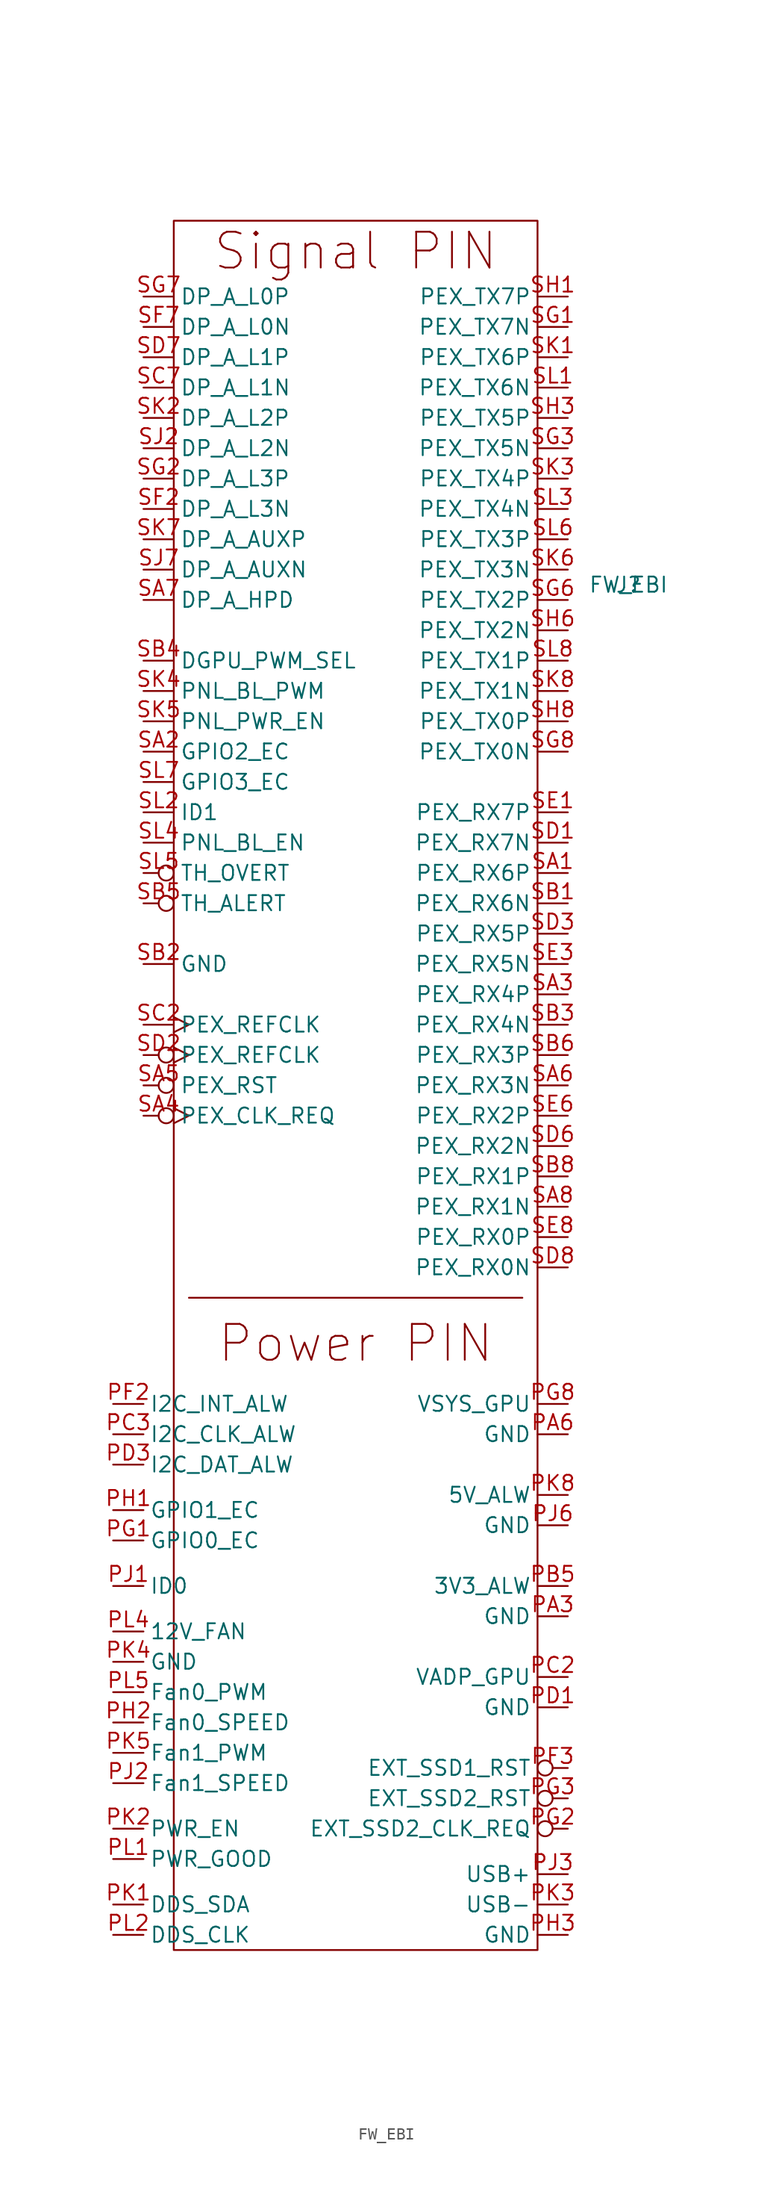
<source format=kicad_sym>
(kicad_symbol_lib
  (version 20220914)
  (generator kicad_symbol_editor)
  (symbol "FW_EBI"
    (property "Reference" "J"
      (at 22.86 59.69 0)
      (effects (font (size 1.27 1.27))))
    (property "Value" "FW_EBI"
      (at 22.86 59.69 0)
      (effects (font (size 1.27 1.27))))
    (symbol "FW_EBI_0_0"
      (pin power_out line (at 17.78 -26.67 180) (length 2.54) (name "GND" (effects (font (size 1.27 1.27)))) (number "PA3" (effects (font (size 1.27 1.27)))))
      (pin power_out line (at 17.78 -11.43 180) (length 2.54) (name "GND" (effects (font (size 1.27 1.27)))) (number "PA6" (effects (font (size 1.27 1.27)))))
      (pin power_out line (at 17.78 -24.13 180) (length 2.54) (name "3V3_ALW" (effects (font (size 1.27 1.27)))) (number "PB5" (effects (font (size 1.27 1.27)))))
      (pin power_in line (at 17.78 -31.75 180) (length 2.54) (name "VADP_GPU" (effects (font (size 1.27 1.27)))) (number "PC2" (effects (font (size 1.27 1.27)))))
      (pin power_in line (at 17.78 -34.29 180) (length 2.54) (name "GND" (effects (font (size 1.27 1.27)))) (number "PD1" (effects (font (size 1.27 1.27)))))
      (pin unspecified line (at -20.32 -20.32 0) (length 2.54) (name "GPIO0_EC" (effects (font (size 1.27 1.27)))) (number "PG1" (effects (font (size 1.27 1.27)))))
      (pin power_out line (at 17.78 -8.89 180) (length 2.54) (name "VSYS_GPU" (effects (font (size 1.27 1.27)))) (number "PG8" (effects (font (size 1.27 1.27)))))
      (pin unspecified line (at -20.32 -17.78 0) (length 2.54) (name "GPIO1_EC" (effects (font (size 1.27 1.27)))) (number "PH1" (effects (font (size 1.27 1.27)))))
      (pin output line (at -20.32 -35.56 0) (length 2.54) (name "Fan0_SPEED" (effects (font (size 1.27 1.27)))) (number "PH2" (effects (font (size 1.27 1.27)))))
      (pin power_out line (at 17.78 -53.34 180) (length 2.54) (name "GND" (effects (font (size 1.27 1.27)))) (number "PH3" (effects (font (size 1.27 1.27)))))
      (pin output line (at -20.32 -24.13 0) (length 2.54) (name "ID0" (effects (font (size 1.27 1.27)))) (number "PJ1" (effects (font (size 1.27 1.27)))))
      (pin output line (at -20.32 -40.64 0) (length 2.54) (name "Fan1_SPEED" (effects (font (size 1.27 1.27)))) (number "PJ2" (effects (font (size 1.27 1.27)))))
      (pin bidirectional line (at 17.78 -48.26 180) (length 2.54) (name "USB+" (effects (font (size 1.27 1.27)))) (number "PJ3" (effects (font (size 1.27 1.27)))))
      (pin power_out line (at 17.78 -19.05 180) (length 2.54) (name "GND" (effects (font (size 1.27 1.27)))) (number "PJ6" (effects (font (size 1.27 1.27)))))
      (pin input line (at -20.32 -50.8 0) (length 2.54) (name "DDS_SDA" (effects (font (size 1.27 1.27)))) (number "PK1" (effects (font (size 1.27 1.27)))))
      (pin bidirectional line (at 17.78 -50.8 180) (length 2.54) (name "USB-" (effects (font (size 1.27 1.27)))) (number "PK3" (effects (font (size 1.27 1.27)))))
      (pin power_out line (at -20.32 -30.48 0) (length 2.54) (name "GND" (effects (font (size 1.27 1.27)))) (number "PK4" (effects (font (size 1.27 1.27)))))
      (pin input line (at -20.32 -38.1 0) (length 2.54) (name "Fan1_PWM" (effects (font (size 1.27 1.27)))) (number "PK5" (effects (font (size 1.27 1.27)))))
      (pin power_out line (at 17.78 -16.51 180) (length 2.54) (name "5V_ALW" (effects (font (size 1.27 1.27)))) (number "PK8" (effects (font (size 1.27 1.27)))))
      (pin bidirectional line (at -20.32 -53.34 0) (length 2.54) (name "DDS_CLK" (effects (font (size 1.27 1.27)))) (number "PL2" (effects (font (size 1.27 1.27)))))
      (pin power_out line (at -20.32 -27.94 0) (length 2.54) (name "12V_FAN" (effects (font (size 1.27 1.27)))) (number "PL4" (effects (font (size 1.27 1.27)))))
      (pin input line (at -20.32 -33.02 0) (length 2.54) (name "Fan0_PWM" (effects (font (size 1.27 1.27)))) (number "PL5" (effects (font (size 1.27 1.27)))))
      (pin output line (at 17.78 35.56 180) (length 2.54) (name "PEX_RX6P" (effects (font (size 1.27 1.27)))) (number "SA1" (effects (font (size 1.27 1.27)))))
      (pin unspecified line (at -17.78 45.72 0) (length 2.54) (name "GPIO2_EC" (effects (font (size 1.27 1.27)))) (number "SA2" (effects (font (size 1.27 1.27)))))
      (pin output line (at 17.78 25.4 180) (length 2.54) (name "PEX_RX4P" (effects (font (size 1.27 1.27)))) (number "SA3" (effects (font (size 1.27 1.27)))))
      (pin output line (at 17.78 17.78 180) (length 2.54) (name "PEX_RX3N" (effects (font (size 1.27 1.27)))) (number "SA6" (effects (font (size 1.27 1.27)))))
      (pin unspecified line (at -17.78 58.42 0) (length 2.54) (name "DP_A_HPD" (effects (font (size 1.27 1.27)))) (number "SA7" (effects (font (size 1.27 1.27)))))
      (pin output line (at 17.78 7.62 180) (length 2.54) (name "PEX_RX1N" (effects (font (size 1.27 1.27)))) (number "SA8" (effects (font (size 1.27 1.27)))))
      (pin output line (at 17.78 33.02 180) (length 2.54) (name "PEX_RX6N" (effects (font (size 1.27 1.27)))) (number "SB1" (effects (font (size 1.27 1.27)))))
      (pin bidirectional line (at -17.78 27.94 0) (length 2.54) (name "GND" (effects (font (size 1.27 1.27)))) (number "SB2" (effects (font (size 1.27 1.27)))))
      (pin output line (at 17.78 22.86 180) (length 2.54) (name "PEX_RX4N" (effects (font (size 1.27 1.27)))) (number "SB3" (effects (font (size 1.27 1.27)))))
      (pin unspecified line (at -17.78 53.34 0) (length 2.54) (name "DGPU_PWM_SEL" (effects (font (size 1.27 1.27)))) (number "SB4" (effects (font (size 1.27 1.27)))))
      (pin output line (at 17.78 20.32 180) (length 2.54) (name "PEX_RX3P" (effects (font (size 1.27 1.27)))) (number "SB6" (effects (font (size 1.27 1.27)))))
      (pin output line (at 17.78 10.16 180) (length 2.54) (name "PEX_RX1P" (effects (font (size 1.27 1.27)))) (number "SB8" (effects (font (size 1.27 1.27)))))
      (pin output clock (at -17.78 22.86 0) (length 2.54) (name "PEX_REFCLK" (effects (font (size 1.27 1.27)))) (number "SC2" (effects (font (size 1.27 1.27)))))
      (pin unspecified line (at -17.78 76.2 0) (length 2.54) (name "DP_A_L1N" (effects (font (size 1.27 1.27)))) (number "SC7" (effects (font (size 1.27 1.27)))))
      (pin output line (at 17.78 38.1 180) (length 2.54) (name "PEX_RX7N" (effects (font (size 1.27 1.27)))) (number "SD1" (effects (font (size 1.27 1.27)))))
      (pin output line (at 17.78 30.48 180) (length 2.54) (name "PEX_RX5P" (effects (font (size 1.27 1.27)))) (number "SD3" (effects (font (size 1.27 1.27)))))
      (pin output line (at 17.78 12.7 180) (length 2.54) (name "PEX_RX2N" (effects (font (size 1.27 1.27)))) (number "SD6" (effects (font (size 1.27 1.27)))))
      (pin unspecified line (at -17.78 78.74 0) (length 2.54) (name "DP_A_L1P" (effects (font (size 1.27 1.27)))) (number "SD7" (effects (font (size 1.27 1.27)))))
      (pin output line (at 17.78 2.54 180) (length 2.54) (name "PEX_RX0N" (effects (font (size 1.27 1.27)))) (number "SD8" (effects (font (size 1.27 1.27)))))
      (pin output line (at 17.78 40.64 180) (length 2.54) (name "PEX_RX7P" (effects (font (size 1.27 1.27)))) (number "SE1" (effects (font (size 1.27 1.27)))))
      (pin output line (at 17.78 27.94 180) (length 2.54) (name "PEX_RX5N" (effects (font (size 1.27 1.27)))) (number "SE3" (effects (font (size 1.27 1.27)))))
      (pin output line (at 17.78 15.24 180) (length 2.54) (name "PEX_RX2P" (effects (font (size 1.27 1.27)))) (number "SE6" (effects (font (size 1.27 1.27)))))
      (pin output line (at 17.78 5.08 180) (length 2.54) (name "PEX_RX0P" (effects (font (size 1.27 1.27)))) (number "SE8" (effects (font (size 1.27 1.27)))))
      (pin unspecified line (at -17.78 66.04 0) (length 2.54) (name "DP_A_L3N" (effects (font (size 1.27 1.27)))) (number "SF2" (effects (font (size 1.27 1.27)))))
      (pin unspecified line (at -17.78 81.28 0) (length 2.54) (name "DP_A_L0N" (effects (font (size 1.27 1.27)))) (number "SF7" (effects (font (size 1.27 1.27)))))
      (pin input line (at 17.78 81.28 180) (length 2.54) (name "PEX_TX7N" (effects (font (size 1.27 1.27)))) (number "SG1" (effects (font (size 1.27 1.27)))))
      (pin unspecified line (at -17.78 68.58 0) (length 2.54) (name "DP_A_L3P" (effects (font (size 1.27 1.27)))) (number "SG2" (effects (font (size 1.27 1.27)))))
      (pin input line (at 17.78 71.12 180) (length 2.54) (name "PEX_TX5N" (effects (font (size 1.27 1.27)))) (number "SG3" (effects (font (size 1.27 1.27)))))
      (pin input line (at 17.78 58.42 180) (length 2.54) (name "PEX_TX2P" (effects (font (size 1.27 1.27)))) (number "SG6" (effects (font (size 1.27 1.27)))))
      (pin unspecified line (at -17.78 83.82 0) (length 2.54) (name "DP_A_L0P" (effects (font (size 1.27 1.27)))) (number "SG7" (effects (font (size 1.27 1.27)))))
      (pin input line (at 17.78 45.72 180) (length 2.54) (name "PEX_TX0N" (effects (font (size 1.27 1.27)))) (number "SG8" (effects (font (size 1.27 1.27)))))
      (pin input line (at 17.78 83.82 180) (length 2.54) (name "PEX_TX7P" (effects (font (size 1.27 1.27)))) (number "SH1" (effects (font (size 1.27 1.27)))))
      (pin input line (at 17.78 73.66 180) (length 2.54) (name "PEX_TX5P" (effects (font (size 1.27 1.27)))) (number "SH3" (effects (font (size 1.27 1.27)))))
      (pin input line (at 17.78 55.88 180) (length 2.54) (name "PEX_TX2N" (effects (font (size 1.27 1.27)))) (number "SH6" (effects (font (size 1.27 1.27)))))
      (pin input line (at 17.78 48.26 180) (length 2.54) (name "PEX_TX0P" (effects (font (size 1.27 1.27)))) (number "SH8" (effects (font (size 1.27 1.27)))))
      (pin unspecified line (at -17.78 71.12 0) (length 2.54) (name "DP_A_L2N" (effects (font (size 1.27 1.27)))) (number "SJ2" (effects (font (size 1.27 1.27)))))
      (pin unspecified line (at -17.78 60.96 0) (length 2.54) (name "DP_A_AUXN" (effects (font (size 1.27 1.27)))) (number "SJ7" (effects (font (size 1.27 1.27)))))
      (pin input line (at 17.78 78.74 180) (length 2.54) (name "PEX_TX6P" (effects (font (size 1.27 1.27)))) (number "SK1" (effects (font (size 1.27 1.27)))))
      (pin unspecified line (at -17.78 73.66 0) (length 2.54) (name "DP_A_L2P" (effects (font (size 1.27 1.27)))) (number "SK2" (effects (font (size 1.27 1.27)))))
      (pin input line (at 17.78 68.58 180) (length 2.54) (name "PEX_TX4P" (effects (font (size 1.27 1.27)))) (number "SK3" (effects (font (size 1.27 1.27)))))
      (pin unspecified line (at -17.78 50.8 0) (length 2.54) (name "PNL_BL_PWM" (effects (font (size 1.27 1.27)))) (number "SK4" (effects (font (size 1.27 1.27)))))
      (pin unspecified line (at -17.78 48.26 0) (length 2.54) (name "PNL_PWR_EN" (effects (font (size 1.27 1.27)))) (number "SK5" (effects (font (size 1.27 1.27)))))
      (pin input line (at 17.78 60.96 180) (length 2.54) (name "PEX_TX3N" (effects (font (size 1.27 1.27)))) (number "SK6" (effects (font (size 1.27 1.27)))))
      (pin unspecified line (at -17.78 63.5 0) (length 2.54) (name "DP_A_AUXP" (effects (font (size 1.27 1.27)))) (number "SK7" (effects (font (size 1.27 1.27)))))
      (pin input line (at 17.78 50.8 180) (length 2.54) (name "PEX_TX1N" (effects (font (size 1.27 1.27)))) (number "SK8" (effects (font (size 1.27 1.27)))))
      (pin input line (at 17.78 76.2 180) (length 2.54) (name "PEX_TX6N" (effects (font (size 1.27 1.27)))) (number "SL1" (effects (font (size 1.27 1.27)))))
      (pin unspecified line (at -17.78 40.64 0) (length 2.54) (name "ID1" (effects (font (size 1.27 1.27)))) (number "SL2" (effects (font (size 1.27 1.27)))))
      (pin input line (at 17.78 66.04 180) (length 2.54) (name "PEX_TX4N" (effects (font (size 1.27 1.27)))) (number "SL3" (effects (font (size 1.27 1.27)))))
      (pin unspecified line (at -17.78 38.1 0) (length 2.54) (name "PNL_BL_EN" (effects (font (size 1.27 1.27)))) (number "SL4" (effects (font (size 1.27 1.27)))))
      (pin input line (at 17.78 63.5 180) (length 2.54) (name "PEX_TX3P" (effects (font (size 1.27 1.27)))) (number "SL6" (effects (font (size 1.27 1.27)))))
      (pin unspecified line (at -17.78 43.18 0) (length 2.54) (name "GPIO3_EC" (effects (font (size 1.27 1.27)))) (number "SL7" (effects (font (size 1.27 1.27)))))
      (pin input line (at 17.78 53.34 180) (length 2.54) (name "PEX_TX1P" (effects (font (size 1.27 1.27)))) (number "SL8" (effects (font (size 1.27 1.27))))))
    (symbol "FW_EBI_1_0"
      (pin power_in line (at 17.78 -31.75 180) (length 2.54) hide (name "VADP_GPU" (effects (font (size 1.27 1.27)))) (number "PA1" (effects (font (size 1.27 1.27)))))
      (pin power_in line (at 17.78 -31.75 180) (length 2.54) hide (name "VADP_GPU" (effects (font (size 1.27 1.27)))) (number "PA2" (effects (font (size 1.27 1.27)))))
      (pin power_out line (at 17.78 -24.13 180) (length 2.54) hide (name "3V3_ALW" (effects (font (size 1.27 1.27)))) (number "PA4" (effects (font (size 1.27 1.27)))))
      (pin power_out line (at 17.78 -24.13 180) (length 2.54) hide (name "3V3_ALW" (effects (font (size 1.27 1.27)))) (number "PA5" (effects (font (size 1.27 1.27)))))
      (pin power_out line (at 17.78 -8.89 180) (length 2.54) hide (name "VSYS_GPU" (effects (font (size 1.27 1.27)))) (number "PA7" (effects (font (size 1.27 1.27)))))
      (pin power_out line (at 17.78 -8.89 180) (length 2.54) hide (name "VSYS_GPU" (effects (font (size 1.27 1.27)))) (number "PA8" (effects (font (size 1.27 1.27)))))
      (pin power_in line (at 17.78 -31.75 180) (length 2.54) hide (name "VADP_GPU" (effects (font (size 1.27 1.27)))) (number "PB1" (effects (font (size 1.27 1.27)))))
      (pin power_in line (at 17.78 -31.75 180) (length 2.54) hide (name "VADP_GPU" (effects (font (size 1.27 1.27)))) (number "PB2" (effects (font (size 1.27 1.27)))))
      (pin power_out line (at 17.78 -26.67 180) (length 2.54) hide (name "GND" (effects (font (size 1.27 1.27)))) (number "PB3" (effects (font (size 1.27 1.27)))))
      (pin power_out line (at 17.78 -24.13 180) (length 2.54) hide (name "3V3_ALW" (effects (font (size 1.27 1.27)))) (number "PB4" (effects (font (size 1.27 1.27)))))
      (pin power_out line (at 17.78 -11.43 180) (length 2.54) hide (name "GND" (effects (font (size 1.27 1.27)))) (number "PB6" (effects (font (size 1.27 1.27)))))
      (pin power_out line (at 17.78 -8.89 180) (length 2.54) hide (name "VSYS_GPU" (effects (font (size 1.27 1.27)))) (number "PB7" (effects (font (size 1.27 1.27)))))
      (pin power_out line (at 17.78 -8.89 180) (length 2.54) hide (name "VSYS_GPU" (effects (font (size 1.27 1.27)))) (number "PB8" (effects (font (size 1.27 1.27)))))
      (pin power_in line (at 17.78 -31.75 180) (length 2.54) hide (name "VADP_GPU" (effects (font (size 1.27 1.27)))) (number "PC1" (effects (font (size 1.27 1.27)))))
      (pin unspecified line (at -20.32 -11.43 0) (length 2.54) (name "I2C_CLK_ALW" (effects (font (size 1.27 1.27)))) (number "PC3" (effects (font (size 1.27 1.27)))))
      (pin power_out line (at 17.78 -11.43 180) (length 2.54) hide (name "GND" (effects (font (size 1.27 1.27)))) (number "PC6" (effects (font (size 1.27 1.27)))))
      (pin power_out line (at 17.78 -8.89 180) (length 2.54) hide (name "VSYS_GPU" (effects (font (size 1.27 1.27)))) (number "PC7" (effects (font (size 1.27 1.27)))))
      (pin power_out line (at 17.78 -8.89 180) (length 2.54) hide (name "VSYS_GPU" (effects (font (size 1.27 1.27)))) (number "PC8" (effects (font (size 1.27 1.27)))))
      (pin power_in line (at 17.78 -34.29 180) (length 2.54) hide (name "GND" (effects (font (size 1.27 1.27)))) (number "PD2" (effects (font (size 1.27 1.27)))))
      (pin unspecified line (at -20.32 -13.97 0) (length 2.54) (name "I2C_DAT_ALW" (effects (font (size 1.27 1.27)))) (number "PD3" (effects (font (size 1.27 1.27)))))
      (pin power_out line (at 17.78 -11.43 180) (length 2.54) hide (name "GND" (effects (font (size 1.27 1.27)))) (number "PD6" (effects (font (size 1.27 1.27)))))
      (pin power_out line (at 17.78 -8.89 180) (length 2.54) hide (name "VSYS_GPU" (effects (font (size 1.27 1.27)))) (number "PD7" (effects (font (size 1.27 1.27)))))
      (pin power_out line (at 17.78 -8.89 180) (length 2.54) hide (name "VSYS_GPU" (effects (font (size 1.27 1.27)))) (number "PD8" (effects (font (size 1.27 1.27)))))
      (pin power_in line (at 17.78 -34.29 180) (length 2.54) hide (name "GND" (effects (font (size 1.27 1.27)))) (number "PE1" (effects (font (size 1.27 1.27)))))
      (pin power_in line (at 17.78 -34.29 180) (length 2.54) hide (name "GND" (effects (font (size 1.27 1.27)))) (number "PE2" (effects (font (size 1.27 1.27)))))
      (pin power_out line (at 17.78 -26.67 180) (length 2.54) hide (name "GND" (effects (font (size 1.27 1.27)))) (number "PE3" (effects (font (size 1.27 1.27)))))
      (pin power_out line (at 17.78 -11.43 180) (length 2.54) hide (name "GND" (effects (font (size 1.27 1.27)))) (number "PE6" (effects (font (size 1.27 1.27)))))
      (pin power_out line (at 17.78 -8.89 180) (length 2.54) hide (name "VSYS_GPU" (effects (font (size 1.27 1.27)))) (number "PE7" (effects (font (size 1.27 1.27)))))
      (pin power_out line (at 17.78 -8.89 180) (length 2.54) hide (name "VSYS_GPU" (effects (font (size 1.27 1.27)))) (number "PE8" (effects (font (size 1.27 1.27)))))
      (pin power_in line (at 17.78 -34.29 180) (length 2.54) hide (name "GND" (effects (font (size 1.27 1.27)))) (number "PF1" (effects (font (size 1.27 1.27)))))
      (pin unspecified line (at -20.32 -8.89 0) (length 2.54) (name "I2C_INT_ALW" (effects (font (size 1.27 1.27)))) (number "PF2" (effects (font (size 1.27 1.27)))))
      (pin bidirectional inverted (at 17.78 -39.37 180) (length 2.54) (name "EXT_SSD1_RST" (effects (font (size 1.27 1.27)))) (number "PF3" (effects (font (size 1.27 1.27)))))
      (pin power_out line (at 17.78 -11.43 180) (length 2.54) hide (name "GND" (effects (font (size 1.27 1.27)))) (number "PF6" (effects (font (size 1.27 1.27)))))
      (pin power_out line (at 17.78 -8.89 180) (length 2.54) hide (name "VSYS_GPU" (effects (font (size 1.27 1.27)))) (number "PF7" (effects (font (size 1.27 1.27)))))
      (pin power_out line (at 17.78 -8.89 180) (length 2.54) hide (name "VSYS_GPU" (effects (font (size 1.27 1.27)))) (number "PF8" (effects (font (size 1.27 1.27)))))
      (pin bidirectional inverted (at 17.78 -44.45 180) (length 2.54) (name "EXT_SSD2_CLK_REQ" (effects (font (size 1.27 1.27)))) (number "PG2" (effects (font (size 1.27 1.27)))) (alternate "I2C_INT_VS" bidirectional inverted))
      (pin bidirectional inverted (at 17.78 -41.91 180) (length 2.54) (name "EXT_SSD2_RST" (effects (font (size 1.27 1.27)))) (number "PG3" (effects (font (size 1.27 1.27)))))
      (pin power_out line (at 17.78 -11.43 180) (length 2.54) hide (name "GND" (effects (font (size 1.27 1.27)))) (number "PG6" (effects (font (size 1.27 1.27)))))
      (pin power_out line (at 17.78 -8.89 180) (length 2.54) hide (name "VSYS_GPU" (effects (font (size 1.27 1.27)))) (number "PG7" (effects (font (size 1.27 1.27)))))
      (pin power_out line (at 17.78 -11.43 180) (length 2.54) hide (name "GND" (effects (font (size 1.27 1.27)))) (number "PH6" (effects (font (size 1.27 1.27)))))
      (pin power_out line (at 17.78 -11.43 180) (length 2.54) hide (name "GND" (effects (font (size 1.27 1.27)))) (number "PH7" (effects (font (size 1.27 1.27)))))
      (pin power_out line (at 17.78 -11.43 180) (length 2.54) hide (name "GND" (effects (font (size 1.27 1.27)))) (number "PH8" (effects (font (size 1.27 1.27)))))
      (pin power_out line (at 17.78 -11.43 180) (length 2.54) hide (name "GND" (effects (font (size 1.27 1.27)))) (number "PJ7" (effects (font (size 1.27 1.27)))))
      (pin power_out line (at 17.78 -11.43 180) (length 2.54) hide (name "GND" (effects (font (size 1.27 1.27)))) (number "PJ8" (effects (font (size 1.27 1.27)))))
      (pin output line (at -20.32 -44.45 0) (length 2.54) (name "PWR_EN" (effects (font (size 1.27 1.27)))) (number "PK2" (effects (font (size 1.27 1.27)))))
      (pin power_out line (at 17.78 -19.05 180) (length 2.54) hide (name "GND" (effects (font (size 1.27 1.27)))) (number "PK6" (effects (font (size 1.27 1.27)))))
      (pin power_out line (at 17.78 -16.51 180) (length 2.54) hide (name "5V_ALW" (effects (font (size 1.27 1.27)))) (number "PK7" (effects (font (size 1.27 1.27)))))
      (pin output line (at -20.32 -46.99 0) (length 2.54) (name "PWR_GOOD" (effects (font (size 1.27 1.27)))) (number "PL1" (effects (font (size 1.27 1.27)))))
      (pin power_out line (at 17.78 -53.34 180) (length 2.54) hide (name "GND" (effects (font (size 1.27 1.27)))) (number "PL3" (effects (font (size 1.27 1.27)))))
      (pin power_out line (at 17.78 -19.05 180) (length 2.54) hide (name "GND" (effects (font (size 1.27 1.27)))) (number "PL6" (effects (font (size 1.27 1.27)))))
      (pin power_out line (at 17.78 -16.51 180) (length 2.54) hide (name "5V_ALW" (effects (font (size 1.27 1.27)))) (number "PL7" (effects (font (size 1.27 1.27)))))
      (pin power_out line (at 17.78 -16.51 180) (length 2.54) hide (name "5V_ALW" (effects (font (size 1.27 1.27)))) (number "PL8" (effects (font (size 1.27 1.27)))))
      (pin output inverted_clock (at -17.78 15.24 0) (length 2.54) (name "PEX_CLK_REQ" (effects (font (size 1.27 1.27)))) (number "SA4" (effects (font (size 1.27 1.27)))))
      (pin input inverted (at -17.78 17.78 0) (length 2.54) (name "PEX_RST" (effects (font (size 1.27 1.27)))) (number "SA5" (effects (font (size 1.27 1.27)))))
      (pin unspecified inverted (at -17.78 33.02 0) (length 2.54) (name "TH_ALERT" (effects (font (size 1.27 1.27)))) (number "SB5" (effects (font (size 1.27 1.27)))))
      (pin bidirectional line (at -17.78 27.94 0) (length 2.54) hide (name "GND" (effects (font (size 1.27 1.27)))) (number "SB7" (effects (font (size 1.27 1.27)))))
      (pin bidirectional line (at -17.78 27.94 0) (length 2.54) hide (name "GND" (effects (font (size 1.27 1.27)))) (number "SC1" (effects (font (size 1.27 1.27)))))
      (pin bidirectional line (at -17.78 27.94 0) (length 2.54) hide (name "GND" (effects (font (size 1.27 1.27)))) (number "SC3" (effects (font (size 1.27 1.27)))))
      (pin bidirectional line (at -17.78 27.94 0) (length 2.54) hide (name "GND" (effects (font (size 1.27 1.27)))) (number "SC6" (effects (font (size 1.27 1.27)))))
      (pin bidirectional line (at -17.78 27.94 0) (length 2.54) hide (name "GND" (effects (font (size 1.27 1.27)))) (number "SC8" (effects (font (size 1.27 1.27)))))
      (pin output inverted_clock (at -17.78 20.32 0) (length 2.54) (name "PEX_REFCLK" (effects (font (size 1.27 1.27)))) (number "SD2" (effects (font (size 1.27 1.27)))))
      (pin bidirectional line (at -17.78 27.94 0) (length 2.54) hide (name "GND" (effects (font (size 1.27 1.27)))) (number "SE2" (effects (font (size 1.27 1.27)))))
      (pin bidirectional line (at -17.78 27.94 0) (length 2.54) hide (name "GND" (effects (font (size 1.27 1.27)))) (number "SE7" (effects (font (size 1.27 1.27)))))
      (pin bidirectional line (at -17.78 27.94 0) (length 2.54) hide (name "GND" (effects (font (size 1.27 1.27)))) (number "SF1" (effects (font (size 1.27 1.27)))))
      (pin bidirectional line (at -17.78 27.94 0) (length 2.54) hide (name "GND" (effects (font (size 1.27 1.27)))) (number "SF3" (effects (font (size 1.27 1.27)))))
      (pin bidirectional line (at -17.78 27.94 0) (length 2.54) hide (name "GND" (effects (font (size 1.27 1.27)))) (number "SF6" (effects (font (size 1.27 1.27)))))
      (pin bidirectional line (at -17.78 27.94 0) (length 2.54) hide (name "GND" (effects (font (size 1.27 1.27)))) (number "SF8" (effects (font (size 1.27 1.27)))))
      (pin bidirectional line (at -17.78 27.94 0) (length 2.54) hide (name "GND" (effects (font (size 1.27 1.27)))) (number "SH2" (effects (font (size 1.27 1.27)))))
      (pin bidirectional line (at -17.78 27.94 0) (length 2.54) hide (name "GND" (effects (font (size 1.27 1.27)))) (number "SH7" (effects (font (size 1.27 1.27)))))
      (pin bidirectional line (at -17.78 27.94 0) (length 2.54) hide (name "GND" (effects (font (size 1.27 1.27)))) (number "SJ1" (effects (font (size 1.27 1.27)))))
      (pin bidirectional line (at -17.78 27.94 0) (length 2.54) hide (name "GND" (effects (font (size 1.27 1.27)))) (number "SJ3" (effects (font (size 1.27 1.27)))))
      (pin bidirectional line (at -17.78 27.94 0) (length 2.54) hide (name "GND" (effects (font (size 1.27 1.27)))) (number "SJ6" (effects (font (size 1.27 1.27)))))
      (pin bidirectional line (at -17.78 27.94 0) (length 2.54) hide (name "GND" (effects (font (size 1.27 1.27)))) (number "SJ8" (effects (font (size 1.27 1.27)))))
      (pin unspecified inverted (at -17.78 35.56 0) (length 2.54) (name "TH_OVERT" (effects (font (size 1.27 1.27)))) (number "SL5" (effects (font (size 1.27 1.27))))))
    (symbol "FW_EBI_1_1"
      (rectangle (start -15.24 90.17) (end 15.24 -54.61) (stroke (width 0) (type default)) (fill (type none)))
      (polyline (pts (xy -13.97 0) (xy 13.97 0)) (stroke (width 0) (type default)) (fill (type none)))
      (text "Power PIN" (at 0 -3.81 0) (effects (font (size 3 3))))
      (text "Signal PIN" (at 0 87.63 0) (effects (font (size 3 3)))))))
</source>
